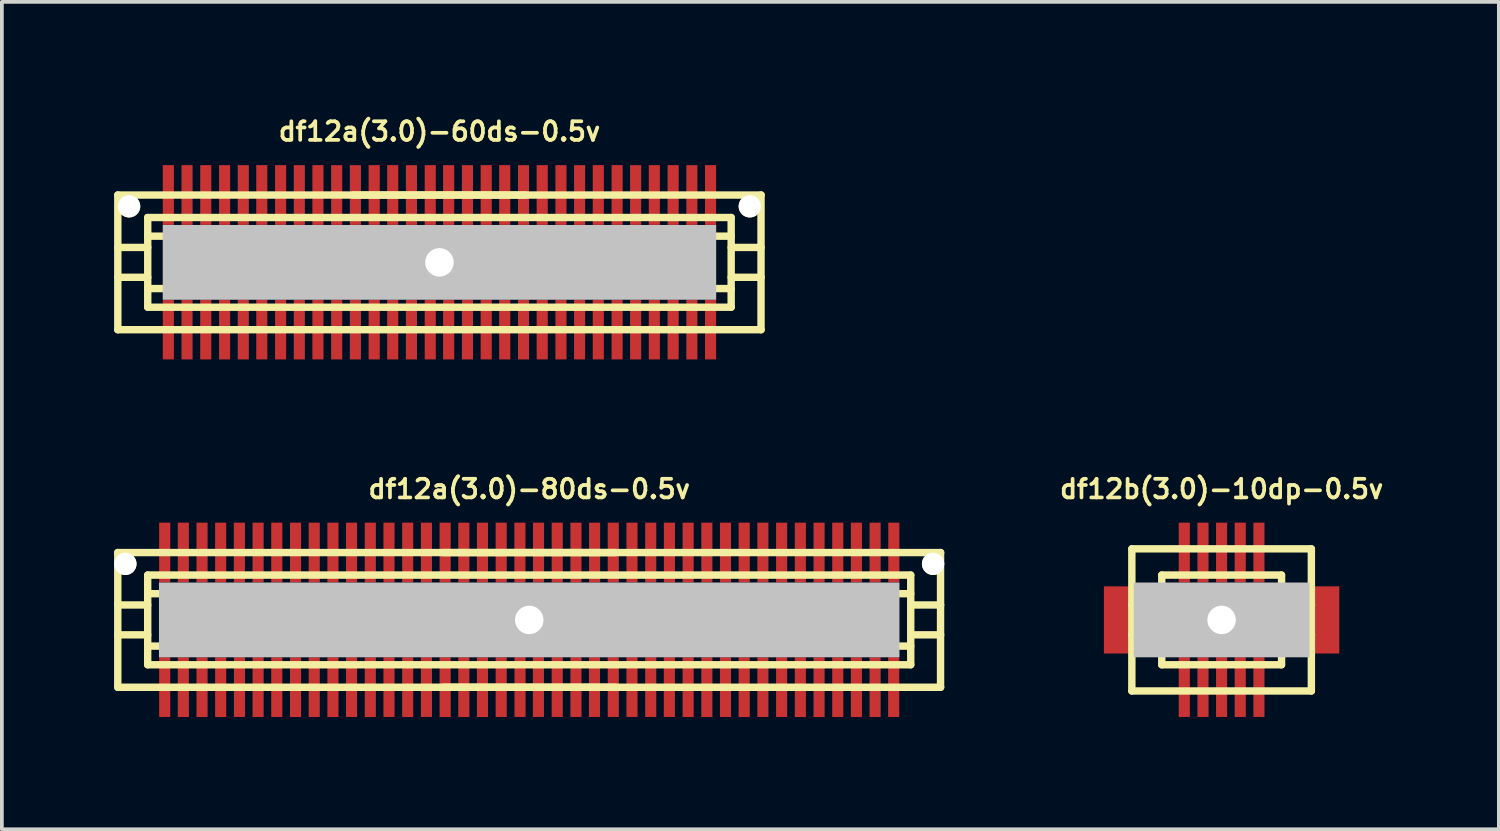
<source format=kicad_pcb>
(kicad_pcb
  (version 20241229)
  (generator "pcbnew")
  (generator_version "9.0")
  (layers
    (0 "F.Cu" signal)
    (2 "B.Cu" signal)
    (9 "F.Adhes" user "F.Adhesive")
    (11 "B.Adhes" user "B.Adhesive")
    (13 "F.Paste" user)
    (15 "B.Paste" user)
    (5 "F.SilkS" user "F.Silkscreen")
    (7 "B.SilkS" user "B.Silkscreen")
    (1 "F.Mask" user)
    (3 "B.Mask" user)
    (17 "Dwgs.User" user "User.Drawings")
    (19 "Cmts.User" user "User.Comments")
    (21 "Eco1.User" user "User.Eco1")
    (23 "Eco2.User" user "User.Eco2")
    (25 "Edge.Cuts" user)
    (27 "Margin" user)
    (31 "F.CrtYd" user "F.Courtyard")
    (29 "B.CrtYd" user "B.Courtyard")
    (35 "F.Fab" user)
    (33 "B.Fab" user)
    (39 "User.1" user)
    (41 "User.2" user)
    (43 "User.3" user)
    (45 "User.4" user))
  (footprint "df12a(3.0)-60ds-0.5v"
    (layer "F.Cu")
    (at 8.7 3.965)
    (property "Reference" "df12a(3.0)-60ds-0.5v" (at 0 -3.5 0) (layer "F.SilkS") (effects (font (size 0.498 0.498) (thickness 0.099))))
    (attr through_hole)
    (fp_line (start -8.6 -1.801) (end 8.6 -1.801) (stroke (width 0.198) (type solid)) (layer "F.SilkS"))
    (fp_line (start -8.6 1.801) (end -8.6 -1.801) (stroke (width 0.198) (type solid)) (layer "F.SilkS"))
    (fp_line (start -8.6 1.801) (end 8.6 1.801) (stroke (width 0.198) (type solid)) (layer "F.SilkS"))
    (fp_line (start -7.8 -0.701) (end 7.8 -0.701) (stroke (width 0.198) (type solid)) (layer "F.SilkS"))
    (fp_line (start -7.8 -0.399) (end -8.6 -0.399) (stroke (width 0.198) (type solid)) (layer "F.SilkS"))
    (fp_line (start -7.8 0.399) (end -8.6 0.399) (stroke (width 0.198) (type solid)) (layer "F.SilkS"))
    (fp_line (start -7.8 0.701) (end 7.8 0.701) (stroke (width 0.198) (type solid)) (layer "F.SilkS"))
    (fp_line (start -7.8 1.199) (end -7.8 -1.199) (stroke (width 0.198) (type solid)) (layer "F.SilkS"))
    (fp_line (start -2.301 -1.801) (end 2.301 -1.801) (stroke (width 0.198) (type solid)) (layer "F.SilkS"))
    (fp_line (start 7.8 -1.199) (end -7.8 -1.199) (stroke (width 0.198) (type solid)) (layer "F.SilkS"))
    (fp_line (start 7.8 -1.199) (end 7.8 1.199) (stroke (width 0.198) (type solid)) (layer "F.SilkS"))
    (fp_line (start 7.8 -0.399) (end 8.6 -0.399) (stroke (width 0.198) (type solid)) (layer "F.SilkS"))
    (fp_line (start 7.8 1.199) (end -7.8 1.199) (stroke (width 0.198) (type solid)) (layer "F.SilkS"))
    (fp_line (start 8.598 -1.801) (end 8.598 1.801) (stroke (width 0.198) (type solid)) (layer "F.SilkS"))
    (fp_line (start 8.6 0.399) (end 7.8 0.399) (stroke (width 0.198) (type solid)) (layer "F.SilkS"))
    (pad "" np_thru_hole circle (at -8.298 -1.499) (size 0.597 0.597) (drill 0.597) (layers "*.Cu" "*.Mask" "F.SilkS"))
    (pad "" np_thru_hole rect (at 0 0) (size 14.798 1.999) (drill 0.762) (layers "Dwgs.User"))
    (pad "" np_thru_hole circle (at 8.298 -1.499) (size 0.597 0.597) (drill 0.597) (layers "*.Cu" "*.Mask" "F.SilkS"))
    (pad "1" smd rect (at -7.249 1.796) (size 0.297 1.598) (layers "F.Cu" "F.Mask" "F.Paste"))
    (pad "2" smd rect (at -6.749 1.796) (size 0.297 1.598) (layers "F.Cu" "F.Mask" "F.Paste"))
    (pad "3" smd rect (at -6.248 1.796) (size 0.297 1.598) (layers "F.Cu" "F.Mask" "F.Paste"))
    (pad "4" smd rect (at -5.745 1.796) (size 0.297 1.598) (layers "F.Cu" "F.Mask" "F.Paste"))
    (pad "5" smd rect (at -5.245 1.796) (size 0.297 1.598) (layers "F.Cu" "F.Mask" "F.Paste"))
    (pad "6" smd rect (at -4.75 1.796) (size 0.297 1.598) (layers "F.Cu" "F.Mask" "F.Paste"))
    (pad "7" smd rect (at -4.247 1.796) (size 0.297 1.598) (layers "F.Cu" "F.Mask" "F.Paste"))
    (pad "8" smd rect (at -3.747 1.796) (size 0.297 1.598) (layers "F.Cu" "F.Mask" "F.Paste"))
    (pad "9" smd rect (at -3.249 1.796) (size 0.297 1.598) (layers "F.Cu" "F.Mask" "F.Paste"))
    (pad "10" smd rect (at -2.748 1.796) (size 0.297 1.598) (layers "F.Cu" "F.Mask" "F.Paste"))
    (pad "11" smd rect (at -2.248 1.796) (size 0.297 1.598) (layers "F.Cu" "F.Mask" "F.Paste"))
    (pad "12" smd rect (at -1.745 1.796) (size 0.297 1.598) (layers "F.Cu" "F.Mask" "F.Paste"))
    (pad "13" smd rect (at -1.25 1.796) (size 0.297 1.598) (layers "F.Cu" "F.Mask" "F.Paste"))
    (pad "14" smd rect (at -0.749 1.796) (size 0.297 1.598) (layers "F.Cu" "F.Mask" "F.Paste"))
    (pad "15" smd rect (at -0.246 1.796) (size 0.297 1.598) (layers "F.Cu" "F.Mask" "F.Paste"))
    (pad "16" smd rect (at 0.246 1.796) (size 0.297 1.598) (layers "F.Cu" "F.Mask" "F.Paste"))
    (pad "17" smd rect (at 0.749 1.796) (size 0.297 1.598) (layers "F.Cu" "F.Mask" "F.Paste"))
    (pad "18" smd rect (at 1.25 1.796) (size 0.297 1.598) (layers "F.Cu" "F.Mask" "F.Paste"))
    (pad "19" smd rect (at 1.745 1.796) (size 0.297 1.598) (layers "F.Cu" "F.Mask" "F.Paste"))
    (pad "20" smd rect (at 2.248 1.796) (size 0.297 1.598) (layers "F.Cu" "F.Mask" "F.Paste"))
    (pad "21" smd rect (at 2.748 1.796) (size 0.297 1.598) (layers "F.Cu" "F.Mask" "F.Paste"))
    (pad "22" smd rect (at 3.249 1.796) (size 0.297 1.598) (layers "F.Cu" "F.Mask" "F.Paste"))
    (pad "23" smd rect (at 3.747 1.796) (size 0.297 1.598) (layers "F.Cu" "F.Mask" "F.Paste"))
    (pad "24" smd rect (at 4.247 1.796) (size 0.297 1.598) (layers "F.Cu" "F.Mask" "F.Paste"))
    (pad "25" smd rect (at 4.75 1.796) (size 0.297 1.598) (layers "F.Cu" "F.Mask" "F.Paste"))
    (pad "26" smd rect (at 5.245 1.796) (size 0.297 1.598) (layers "F.Cu" "F.Mask" "F.Paste"))
    (pad "27" smd rect (at 5.745 1.796) (size 0.297 1.598) (layers "F.Cu" "F.Mask" "F.Paste"))
    (pad "28" smd rect (at 6.248 1.796) (size 0.297 1.598) (layers "F.Cu" "F.Mask" "F.Paste"))
    (pad "29" smd rect (at 6.749 1.796) (size 0.297 1.598) (layers "F.Cu" "F.Mask" "F.Paste"))
    (pad "30" smd rect (at 7.249 1.796) (size 0.297 1.598) (layers "F.Cu" "F.Mask" "F.Paste"))
    (pad "31" smd rect (at 7.249 -1.801) (size 0.297 1.598) (layers "F.Cu" "F.Mask" "F.Paste"))
    (pad "32" smd rect (at 6.749 -1.801) (size 0.297 1.598) (layers "F.Cu" "F.Mask" "F.Paste"))
    (pad "33" smd rect (at 6.248 -1.801) (size 0.297 1.598) (layers "F.Cu" "F.Mask" "F.Paste"))
    (pad "34" smd rect (at 5.745 -1.801) (size 0.297 1.598) (layers "F.Cu" "F.Mask" "F.Paste"))
    (pad "35" smd rect (at 5.245 -1.801) (size 0.297 1.598) (layers "F.Cu" "F.Mask" "F.Paste"))
    (pad "36" smd rect (at 4.75 -1.801) (size 0.297 1.598) (layers "F.Cu" "F.Mask" "F.Paste"))
    (pad "37" smd rect (at 4.247 -1.801) (size 0.297 1.598) (layers "F.Cu" "F.Mask" "F.Paste"))
    (pad "38" smd rect (at 3.747 -1.801) (size 0.297 1.598) (layers "F.Cu" "F.Mask" "F.Paste"))
    (pad "39" smd rect (at 3.249 -1.801) (size 0.297 1.598) (layers "F.Cu" "F.Mask" "F.Paste"))
    (pad "40" smd rect (at 2.748 -1.801) (size 0.297 1.598) (layers "F.Cu" "F.Mask" "F.Paste"))
    (pad "41" smd rect (at 2.248 -1.801) (size 0.297 1.598) (layers "F.Cu" "F.Mask" "F.Paste"))
    (pad "42" smd rect (at 1.745 -1.801) (size 0.297 1.598) (layers "F.Cu" "F.Mask" "F.Paste"))
    (pad "43" smd rect (at 1.25 -1.801) (size 0.297 1.598) (layers "F.Cu" "F.Mask" "F.Paste"))
    (pad "44" smd rect (at 0.749 -1.801) (size 0.297 1.598) (layers "F.Cu" "F.Mask" "F.Paste"))
    (pad "45" smd rect (at 0.246 -1.801) (size 0.297 1.598) (layers "F.Cu" "F.Mask" "F.Paste"))
    (pad "46" smd rect (at -0.246 -1.801) (size 0.297 1.598) (layers "F.Cu" "F.Mask" "F.Paste"))
    (pad "47" smd rect (at -0.749 -1.801) (size 0.297 1.598) (layers "F.Cu" "F.Mask" "F.Paste"))
    (pad "48" smd rect (at -1.25 -1.801) (size 0.297 1.598) (layers "F.Cu" "F.Mask" "F.Paste"))
    (pad "49" smd rect (at -1.745 -1.801) (size 0.297 1.598) (layers "F.Cu" "F.Mask" "F.Paste"))
    (pad "50" smd rect (at -2.248 -1.801) (size 0.297 1.598) (layers "F.Cu" "F.Mask" "F.Paste"))
    (pad "51" smd rect (at -2.748 -1.801) (size 0.297 1.598) (layers "F.Cu" "F.Mask" "F.Paste"))
    (pad "52" smd rect (at -3.249 -1.801) (size 0.297 1.598) (layers "F.Cu" "F.Mask" "F.Paste"))
    (pad "53" smd rect (at -3.747 -1.801) (size 0.297 1.598) (layers "F.Cu" "F.Mask" "F.Paste"))
    (pad "54" smd rect (at -4.247 -1.801) (size 0.297 1.598) (layers "F.Cu" "F.Mask" "F.Paste"))
    (pad "55" smd rect (at -4.75 -1.801) (size 0.297 1.598) (layers "F.Cu" "F.Mask" "F.Paste"))
    (pad "56" smd rect (at -5.245 -1.801) (size 0.297 1.598) (layers "F.Cu" "F.Mask" "F.Paste"))
    (pad "57" smd rect (at -5.745 -1.801) (size 0.297 1.598) (layers "F.Cu" "F.Mask" "F.Paste"))
    (pad "58" smd rect (at -6.248 -1.801) (size 0.297 1.598) (layers "F.Cu" "F.Mask" "F.Paste"))
    (pad "59" smd rect (at -6.749 -1.801) (size 0.297 1.598) (layers "F.Cu" "F.Mask" "F.Paste"))
    (pad "60" smd rect (at -7.249 -1.801) (size 0.297 1.598) (layers "F.Cu" "F.Mask" "F.Paste")))
  (footprint "df12b(3.0)-10dp-0.5v"
    (layer "F.Cu")
    (at 29.613 13.525)
    (property "Reference" "df12b(3.0)-10dp-0.5v" (at 0 -3.5 0) (layer "F.SilkS") (effects (font (size 0.498 0.498) (thickness 0.099))))
    (attr through_hole)
    (fp_line (start -2.4 -1.9) (end -2.4 1.9) (stroke (width 0.198) (type solid)) (layer "F.SilkS"))
    (fp_line (start -2.4 -1.9) (end 2.4 -1.9) (stroke (width 0.198) (type solid)) (layer "F.SilkS"))
    (fp_line (start -1.6 -0.399) (end -2.4 -0.399) (stroke (width 0.198) (type solid)) (layer "F.SilkS"))
    (fp_line (start -1.6 0.399) (end -2.4 0.399) (stroke (width 0.198) (type solid)) (layer "F.SilkS"))
    (fp_line (start -1.6 1.199) (end -1.6 -1.199) (stroke (width 0.198) (type solid)) (layer "F.SilkS"))
    (fp_line (start -1.6 1.199) (end 1.6 1.199) (stroke (width 0.198) (type solid)) (layer "F.SilkS"))
    (fp_line (start 1.6 -1.199) (end -1.6 -1.199) (stroke (width 0.198) (type solid)) (layer "F.SilkS"))
    (fp_line (start 1.603 -1.199) (end 1.603 1.199) (stroke (width 0.198) (type solid)) (layer "F.SilkS"))
    (fp_line (start 1.603 -0.399) (end 2.403 -0.399) (stroke (width 0.198) (type solid)) (layer "F.SilkS"))
    (fp_line (start 2.4 1.9) (end -2.4 1.9) (stroke (width 0.198) (type solid)) (layer "F.SilkS"))
    (fp_line (start 2.4 1.9) (end 2.4 -1.9) (stroke (width 0.198) (type solid)) (layer "F.SilkS"))
    (fp_line (start 2.403 0.399) (end 1.603 0.399) (stroke (width 0.198) (type solid)) (layer "F.SilkS"))
    (pad "" smd rect (at -2.748 0) (size 0.798 1.796) (layers "F.Cu" "F.Mask" "F.Paste"))
    (pad "" np_thru_hole rect (at 0 0) (size 4.699 1.999) (drill 0.762) (layers "Dwgs.User"))
    (pad "" smd rect (at 2.748 0) (size 0.798 1.796) (layers "F.Cu" "F.Mask" "F.Paste"))
    (pad "1" smd rect (at 0.998 1.796) (size 0.297 1.598) (layers "F.Cu" "F.Mask" "F.Paste"))
    (pad "2" smd rect (at 0.498 1.796) (size 0.297 1.598) (layers "F.Cu" "F.Mask" "F.Paste"))
    (pad "3" smd rect (at 0 1.796) (size 0.297 1.598) (layers "F.Cu" "F.Mask" "F.Paste"))
    (pad "4" smd rect (at -0.498 1.796) (size 0.297 1.598) (layers "F.Cu" "F.Mask" "F.Paste"))
    (pad "5" smd rect (at -0.998 1.796) (size 0.297 1.598) (layers "F.Cu" "F.Mask" "F.Paste"))
    (pad "6" smd rect (at -0.998 -1.801) (size 0.297 1.598) (layers "F.Cu" "F.Mask" "F.Paste"))
    (pad "7" smd rect (at -0.498 -1.801) (size 0.297 1.598) (layers "F.Cu" "F.Mask" "F.Paste"))
    (pad "8" smd rect (at 0 -1.801) (size 0.297 1.598) (layers "F.Cu" "F.Mask" "F.Paste"))
    (pad "9" smd rect (at 0.498 -1.801) (size 0.297 1.598) (layers "F.Cu" "F.Mask" "F.Paste"))
    (pad "10" smd rect (at 0.998 -1.801) (size 0.297 1.598) (layers "F.Cu" "F.Mask" "F.Paste")))
  (footprint "df12a(3.0)-80ds-0.5v"
    (layer "F.Cu")
    (at 11.1 13.525)
    (property "Reference" "df12a(3.0)-80ds-0.5v" (at 0 -3.5 0) (layer "F.SilkS") (effects (font (size 0.498 0.498) (thickness 0.099))))
    (attr through_hole)
    (fp_line (start -11.001 -1.801) (end 11.001 -1.801) (stroke (width 0.198) (type solid)) (layer "F.SilkS"))
    (fp_line (start -11.001 1.801) (end -11.001 -1.801) (stroke (width 0.198) (type solid)) (layer "F.SilkS"))
    (fp_line (start -10.201 -0.399) (end -11.001 -0.399) (stroke (width 0.198) (type solid)) (layer "F.SilkS"))
    (fp_line (start -10.201 0.399) (end -11.001 0.399) (stroke (width 0.198) (type solid)) (layer "F.SilkS"))
    (fp_line (start -10.201 0.701) (end 10.201 0.701) (stroke (width 0.198) (type solid)) (layer "F.SilkS"))
    (fp_line (start -10.201 1.199) (end -10.201 -1.199) (stroke (width 0.198) (type solid)) (layer "F.SilkS"))
    (fp_line (start -10.201 1.199) (end 10.201 1.199) (stroke (width 0.198) (type solid)) (layer "F.SilkS"))
    (fp_line (start -2.301 -1.801) (end 2.301 -1.801) (stroke (width 0.198) (type solid)) (layer "F.SilkS"))
    (fp_line (start 2.301 1.801) (end -2.301 1.801) (stroke (width 0.198) (type solid)) (layer "F.SilkS"))
    (fp_line (start 10.201 -1.199) (end -10.201 -1.199) (stroke (width 0.198) (type solid)) (layer "F.SilkS"))
    (fp_line (start 10.201 -1.199) (end 10.201 1.199) (stroke (width 0.198) (type solid)) (layer "F.SilkS"))
    (fp_line (start 10.201 -0.701) (end -10.201 -0.701) (stroke (width 0.198) (type solid)) (layer "F.SilkS"))
    (fp_line (start 10.201 -0.399) (end 11.001 -0.399) (stroke (width 0.198) (type solid)) (layer "F.SilkS"))
    (fp_line (start 10.998 -1.801) (end 10.998 1.801) (stroke (width 0.198) (type solid)) (layer "F.SilkS"))
    (fp_line (start 11.001 0.399) (end 10.201 0.399) (stroke (width 0.198) (type solid)) (layer "F.SilkS"))
    (fp_line (start 11.001 1.801) (end -11.001 1.801) (stroke (width 0.198) (type solid)) (layer "F.SilkS"))
    (pad "" np_thru_hole circle (at -10.798 -1.499) (size 0.597 0.597) (drill 0.597) (layers "*.Cu" "*.Mask" "F.SilkS"))
    (pad "" np_thru_hole rect (at 0 0) (size 19.799 1.999) (drill 0.762) (layers "Dwgs.User"))
    (pad "" np_thru_hole circle (at 10.798 -1.499) (size 0.597 0.597) (drill 0.597) (layers "*.Cu" "*.Mask" "F.SilkS"))
    (pad "1" smd rect (at -9.746 1.796) (size 0.297 1.598) (layers "F.Cu" "F.Mask" "F.Paste"))
    (pad "2" smd rect (at -9.248 1.798) (size 0.297 1.598) (layers "F.Cu" "F.Mask" "F.Paste"))
    (pad "3" smd rect (at -8.748 1.798) (size 0.297 1.598) (layers "F.Cu" "F.Mask" "F.Paste"))
    (pad "4" smd rect (at -8.25 1.798) (size 0.297 1.598) (layers "F.Cu" "F.Mask" "F.Paste"))
    (pad "5" smd rect (at -7.747 1.796) (size 0.297 1.598) (layers "F.Cu" "F.Mask" "F.Paste"))
    (pad "6" smd rect (at -7.249 1.796) (size 0.297 1.598) (layers "F.Cu" "F.Mask" "F.Paste"))
    (pad "7" smd rect (at -6.749 1.798) (size 0.297 1.598) (layers "F.Cu" "F.Mask" "F.Paste"))
    (pad "8" smd rect (at -6.248 1.798) (size 0.297 1.598) (layers "F.Cu" "F.Mask" "F.Paste"))
    (pad "9" smd rect (at -5.748 1.798) (size 0.297 1.598) (layers "F.Cu" "F.Mask" "F.Paste"))
    (pad "10" smd rect (at -5.248 1.798) (size 0.297 1.598) (layers "F.Cu" "F.Mask" "F.Paste"))
    (pad "11" smd rect (at -4.75 1.796) (size 0.297 1.598) (layers "F.Cu" "F.Mask" "F.Paste"))
    (pad "12" smd rect (at -4.249 1.798) (size 0.297 1.598) (layers "F.Cu" "F.Mask" "F.Paste"))
    (pad "13" smd rect (at -3.749 1.798) (size 0.297 1.598) (layers "F.Cu" "F.Mask" "F.Paste"))
    (pad "14" smd rect (at -3.249 1.798) (size 0.297 1.598) (layers "F.Cu" "F.Mask" "F.Paste"))
    (pad "15" smd rect (at -2.748 1.796) (size 0.297 1.598) (layers "F.Cu" "F.Mask" "F.Paste"))
    (pad "16" smd rect (at -2.248 1.798) (size 0.297 1.598) (layers "F.Cu" "F.Mask" "F.Paste"))
    (pad "17" smd rect (at -1.748 1.798) (size 0.297 1.598) (layers "F.Cu" "F.Mask" "F.Paste"))
    (pad "18" smd rect (at -1.25 1.798) (size 0.297 1.598) (layers "F.Cu" "F.Mask" "F.Paste"))
    (pad "19" smd rect (at -0.749 1.798) (size 0.297 1.598) (layers "F.Cu" "F.Mask" "F.Paste"))
    (pad "20" smd rect (at -0.246 1.796) (size 0.297 1.598) (layers "F.Cu" "F.Mask" "F.Paste"))
    (pad "21" smd rect (at 0.246 1.796) (size 0.297 1.598) (layers "F.Cu" "F.Mask" "F.Paste"))
    (pad "22" smd rect (at 0.749 1.796) (size 0.297 1.598) (layers "F.Cu" "F.Mask" "F.Paste"))
    (pad "23" smd rect (at 1.25 1.796) (size 0.297 1.598) (layers "F.Cu" "F.Mask" "F.Paste"))
    (pad "24" smd rect (at 1.745 1.796) (size 0.297 1.598) (layers "F.Cu" "F.Mask" "F.Paste"))
    (pad "25" smd rect (at 2.248 1.796) (size 0.297 1.598) (layers "F.Cu" "F.Mask" "F.Paste"))
    (pad "26" smd rect (at 2.748 1.796) (size 0.297 1.598) (layers "F.Cu" "F.Mask" "F.Paste"))
    (pad "27" smd rect (at 3.249 1.796) (size 0.297 1.598) (layers "F.Cu" "F.Mask" "F.Paste"))
    (pad "28" smd rect (at 3.747 1.796) (size 0.297 1.598) (layers "F.Cu" "F.Mask" "F.Paste"))
    (pad "29" smd rect (at 4.249 1.798) (size 0.297 1.598) (layers "F.Cu" "F.Mask" "F.Paste"))
    (pad "30" smd rect (at 4.75 1.798) (size 0.297 1.598) (layers "F.Cu" "F.Mask" "F.Paste"))
    (pad "31" smd rect (at 5.248 1.798) (size 0.297 1.598) (layers "F.Cu" "F.Mask" "F.Paste"))
    (pad "32" smd rect (at 5.748 1.798) (size 0.297 1.598) (layers "F.Cu" "F.Mask" "F.Paste"))
    (pad "33" smd rect (at 6.248 1.798) (size 0.297 1.598) (layers "F.Cu" "F.Mask" "F.Paste"))
    (pad "34" smd rect (at 6.749 1.796) (size 0.297 1.598) (layers "F.Cu" "F.Mask" "F.Paste"))
    (pad "35" smd rect (at 7.249 1.798) (size 0.297 1.598) (layers "F.Cu" "F.Mask" "F.Paste"))
    (pad "36" smd rect (at 7.75 1.798) (size 0.297 1.598) (layers "F.Cu" "F.Mask" "F.Paste"))
    (pad "37" smd rect (at 8.25 1.798) (size 0.297 1.598) (layers "F.Cu" "F.Mask" "F.Paste"))
    (pad "38" smd rect (at 8.748 1.798) (size 0.297 1.598) (layers "F.Cu" "F.Mask" "F.Paste"))
    (pad "39" smd rect (at 9.248 1.798) (size 0.297 1.598) (layers "F.Cu" "F.Mask" "F.Paste"))
    (pad "40" smd rect (at 9.746 1.796) (size 0.297 1.598) (layers "F.Cu" "F.Mask" "F.Paste"))
    (pad "41" smd rect (at 9.749 -1.801) (size 0.297 1.598) (layers "F.Cu" "F.Mask" "F.Paste"))
    (pad "42" smd rect (at 9.248 -1.801) (size 0.297 1.598) (layers "F.Cu" "F.Mask" "F.Paste"))
    (pad "43" smd rect (at 8.748 -1.801) (size 0.297 1.598) (layers "F.Cu" "F.Mask" "F.Paste"))
    (pad "44" smd rect (at 8.25 -1.801) (size 0.297 1.598) (layers "F.Cu" "F.Mask" "F.Paste"))
    (pad "45" smd rect (at 7.75 -1.801) (size 0.297 1.598) (layers "F.Cu" "F.Mask" "F.Paste"))
    (pad "46" smd rect (at 7.249 -1.801) (size 0.297 1.598) (layers "F.Cu" "F.Mask" "F.Paste"))
    (pad "47" smd rect (at 6.749 -1.801) (size 0.297 1.598) (layers "F.Cu" "F.Mask" "F.Paste"))
    (pad "48" smd rect (at 6.248 -1.801) (size 0.297 1.598) (layers "F.Cu" "F.Mask" "F.Paste"))
    (pad "49" smd rect (at 5.748 -1.801) (size 0.297 1.598) (layers "F.Cu" "F.Mask" "F.Paste"))
    (pad "50" smd rect (at 5.248 -1.801) (size 0.297 1.598) (layers "F.Cu" "F.Mask" "F.Paste"))
    (pad "51" smd rect (at 4.75 -1.801) (size 0.297 1.598) (layers "F.Cu" "F.Mask" "F.Paste"))
    (pad "52" smd rect (at 4.249 -1.801) (size 0.297 1.598) (layers "F.Cu" "F.Mask" "F.Paste"))
    (pad "53" smd rect (at 3.749 -1.801) (size 0.297 1.598) (layers "F.Cu" "F.Mask" "F.Paste"))
    (pad "54" smd rect (at 3.249 -1.801) (size 0.297 1.598) (layers "F.Cu" "F.Mask" "F.Paste"))
    (pad "55" smd rect (at 2.748 -1.801) (size 0.297 1.598) (layers "F.Cu" "F.Mask" "F.Paste"))
    (pad "56" smd rect (at 2.248 -1.801) (size 0.297 1.598) (layers "F.Cu" "F.Mask" "F.Paste"))
    (pad "57" smd rect (at 1.748 -1.801) (size 0.297 1.598) (layers "F.Cu" "F.Mask" "F.Paste"))
    (pad "58" smd rect (at 1.25 -1.801) (size 0.297 1.598) (layers "F.Cu" "F.Mask" "F.Paste"))
    (pad "59" smd rect (at 0.749 -1.801) (size 0.297 1.598) (layers "F.Cu" "F.Mask" "F.Paste"))
    (pad "60" smd rect (at 0.249 -1.801) (size 0.297 1.598) (layers "F.Cu" "F.Mask" "F.Paste"))
    (pad "61" smd rect (at -0.249 -1.801) (size 0.297 1.598) (layers "F.Cu" "F.Mask" "F.Paste"))
    (pad "62" smd rect (at -0.749 -1.801) (size 0.297 1.598) (layers "F.Cu" "F.Mask" "F.Paste"))
    (pad "63" smd rect (at -1.25 -1.801) (size 0.297 1.598) (layers "F.Cu" "F.Mask" "F.Paste"))
    (pad "64" smd rect (at -1.748 -1.801) (size 0.297 1.598) (layers "F.Cu" "F.Mask" "F.Paste"))
    (pad "65" smd rect (at -2.248 -1.801) (size 0.297 1.598) (layers "F.Cu" "F.Mask" "F.Paste"))
    (pad "66" smd rect (at -2.748 -1.801) (size 0.297 1.598) (layers "F.Cu" "F.Mask" "F.Paste"))
    (pad "67" smd rect (at -3.249 -1.801) (size 0.297 1.598) (layers "F.Cu" "F.Mask" "F.Paste"))
    (pad "68" smd rect (at -3.749 -1.801) (size 0.297 1.598) (layers "F.Cu" "F.Mask" "F.Paste"))
    (pad "69" smd rect (at -4.249 -1.801) (size 0.297 1.598) (layers "F.Cu" "F.Mask" "F.Paste"))
    (pad "70" smd rect (at -4.75 -1.801) (size 0.297 1.598) (layers "F.Cu" "F.Mask" "F.Paste"))
    (pad "71" smd rect (at -5.248 -1.801) (size 0.297 1.598) (layers "F.Cu" "F.Mask" "F.Paste"))
    (pad "72" smd rect (at -5.748 -1.801) (size 0.297 1.598) (layers "F.Cu" "F.Mask" "F.Paste"))
    (pad "73" smd rect (at -6.248 -1.801) (size 0.297 1.598) (layers "F.Cu" "F.Mask" "F.Paste"))
    (pad "74" smd rect (at -6.749 -1.801) (size 0.297 1.598) (layers "F.Cu" "F.Mask" "F.Paste"))
    (pad "75" smd rect (at -7.249 -1.801) (size 0.297 1.598) (layers "F.Cu" "F.Mask" "F.Paste"))
    (pad "76" smd rect (at -7.75 -1.801) (size 0.297 1.598) (layers "F.Cu" "F.Mask" "F.Paste"))
    (pad "77" smd rect (at -8.25 -1.801) (size 0.297 1.598) (layers "F.Cu" "F.Mask" "F.Paste"))
    (pad "78" smd rect (at -8.748 -1.801) (size 0.297 1.598) (layers "F.Cu" "F.Mask" "F.Paste"))
    (pad "79" smd rect (at -9.248 -1.801) (size 0.297 1.598) (layers "F.Cu" "F.Mask" "F.Paste"))
    (pad "80" smd rect (at -9.746 -1.801) (size 0.297 1.598) (layers "F.Cu" "F.Mask" "F.Paste")))
  (gr_rect
    (start -3 -3)
    (end 37.026 19.122)
    (stroke (width 0.1) (type default))
    (fill no)
    (layer "Edge.Cuts")))
</source>
